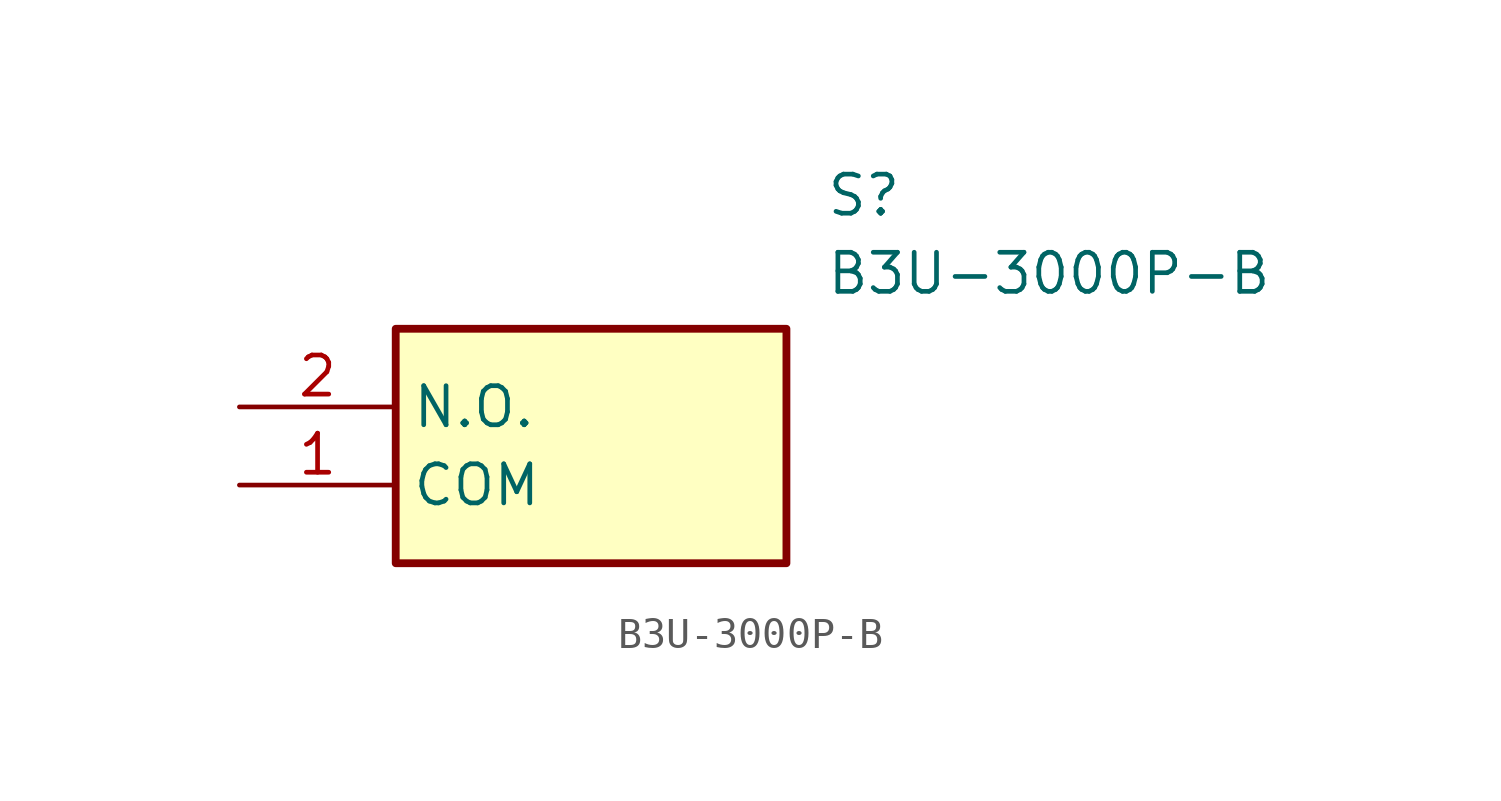
<source format=kicad_sym>
(kicad_symbol_lib
  (version 20211014)
  (generator SamacSys_ECAD_Model)
  (symbol "B3U-3000P-B"
    (property "Reference" "S"
      (at 19.05 7.62 0)
      (effects (font (size 1.27 1.27)) (justify left top)))
    (property "Value" "B3U-3000P-B"
      (at 19.05 5.08 0)
      (effects (font (size 1.27 1.27)) (justify left top)))
    (rectangle
      (start 5.08 2.54)
      (end 17.78 -5.08)
      (stroke (width 0.254) (type default))
      (fill (type background)))
    (pin passive line
      (at 0 -2.54 0)
      (length 5.08)
      (name "COM" (effects (font (size 1.27 1.27))))
      (number "1" (effects (font (size 1.27 1.27)))))
    (pin passive line
      (at 0 0 0)
      (length 5.08)
      (name "N.O." (effects (font (size 1.27 1.27))))
      (number "2" (effects (font (size 1.27 1.27)))))))
</source>
